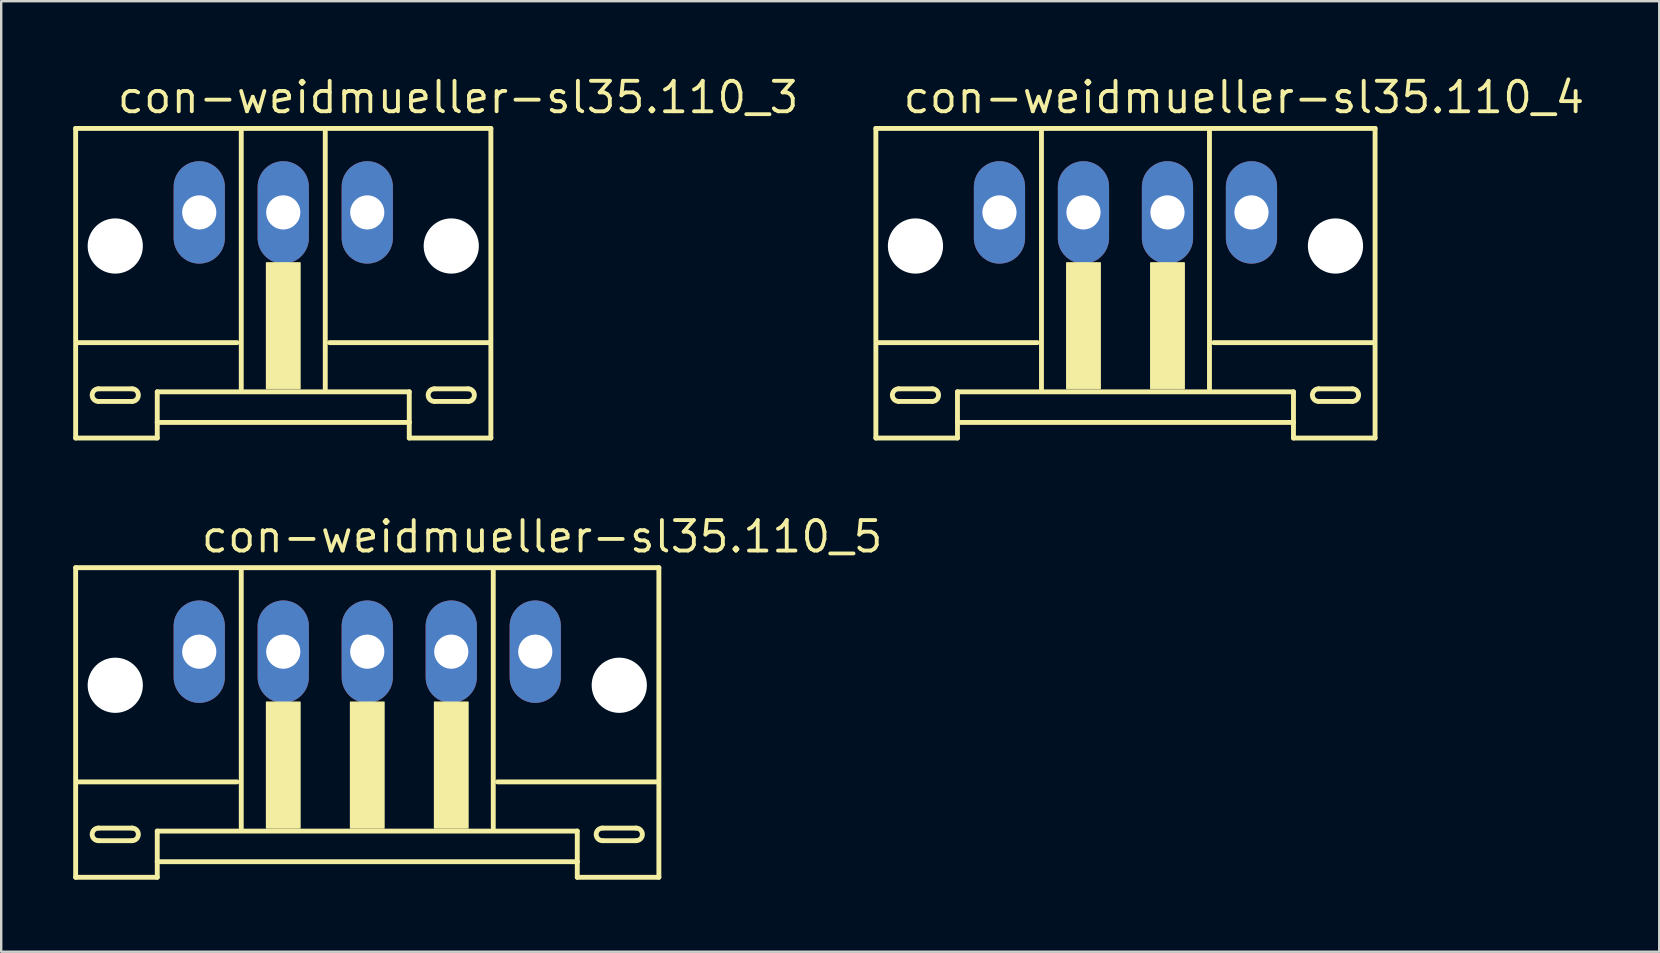
<source format=kicad_pcb>
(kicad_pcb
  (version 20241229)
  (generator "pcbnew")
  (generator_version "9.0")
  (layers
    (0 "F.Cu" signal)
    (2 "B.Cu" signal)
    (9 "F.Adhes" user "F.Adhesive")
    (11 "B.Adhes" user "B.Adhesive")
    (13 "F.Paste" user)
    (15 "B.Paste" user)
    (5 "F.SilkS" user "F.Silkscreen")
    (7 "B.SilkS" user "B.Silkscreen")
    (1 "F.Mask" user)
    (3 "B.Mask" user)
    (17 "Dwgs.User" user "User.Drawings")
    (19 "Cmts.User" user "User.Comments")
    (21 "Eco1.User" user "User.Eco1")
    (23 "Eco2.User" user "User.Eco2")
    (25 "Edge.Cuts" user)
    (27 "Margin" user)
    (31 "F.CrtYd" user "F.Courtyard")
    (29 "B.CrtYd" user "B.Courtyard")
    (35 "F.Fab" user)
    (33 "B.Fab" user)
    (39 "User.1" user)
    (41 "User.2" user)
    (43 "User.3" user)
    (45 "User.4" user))
  (footprint "con-weidmueller-sl35.110_5"
    (layer "F.Cu")
    (at 12.252 25.852)
    (property "Reference" "con-weidmueller-sl35.110_5" (at -7 -5.8 0) (layer "F.SilkS") (effects (font (size 1.27 1.27) (thickness 0.16)) (justify left bottom)))
    (attr through_hole)
    (fp_line (start -12.15 -5.25) (end -12.15 7.65) (stroke (width 0.203) (type default)) (layer "F.SilkS"))
    (fp_line (start -12.15 7.65) (end -8.75 7.65) (stroke (width 0.203) (type default)) (layer "F.SilkS"))
    (fp_line (start -11.2 5.6) (end -9.8 5.6) (stroke (width 0.203) (type default)) (layer "F.SilkS"))
    (fp_line (start -9.8 6.125) (end -11.2 6.125) (stroke (width 0.203) (type default)) (layer "F.SilkS"))
    (fp_line (start -8.75 5.725) (end 8.75 5.725) (stroke (width 0.203) (type default)) (layer "F.SilkS"))
    (fp_line (start -8.75 7) (end -8.75 5.725) (stroke (width 0.203) (type default)) (layer "F.SilkS"))
    (fp_line (start -8.75 7) (end 8.75 7) (stroke (width 0.203) (type default)) (layer "F.SilkS"))
    (fp_line (start -8.75 7.65) (end -8.75 7) (stroke (width 0.203) (type default)) (layer "F.SilkS"))
    (fp_line (start -5.425 3.675) (end -12.075 3.675) (stroke (width 0.203) (type default)) (layer "F.SilkS"))
    (fp_line (start -5.25 -5.125) (end -5.25 5.6) (stroke (width 0.203) (type default)) (layer "F.SilkS"))
    (fp_line (start 5.25 5.6) (end 5.25 -5.125) (stroke (width 0.203) (type default)) (layer "F.SilkS"))
    (fp_line (start 8.75 5.725) (end 8.75 7) (stroke (width 0.203) (type default)) (layer "F.SilkS"))
    (fp_line (start 8.75 7) (end 8.75 7.65) (stroke (width 0.203) (type default)) (layer "F.SilkS"))
    (fp_line (start 8.75 7.65) (end 12.15 7.65) (stroke (width 0.203) (type default)) (layer "F.SilkS"))
    (fp_line (start 9.8 5.6) (end 11.2 5.6) (stroke (width 0.203) (type default)) (layer "F.SilkS"))
    (fp_line (start 11.2 6.125) (end 9.8 6.125) (stroke (width 0.203) (type default)) (layer "F.SilkS"))
    (fp_line (start 12.075 3.675) (end 5.425 3.675) (stroke (width 0.203) (type default)) (layer "F.SilkS"))
    (fp_line (start 12.15 -5.25) (end -12.15 -5.25) (stroke (width 0.203) (type default)) (layer "F.SilkS"))
    (fp_line (start 12.15 7.65) (end 12.15 -5.25) (stroke (width 0.203) (type default)) (layer "F.SilkS"))
    (fp_rect (start -4.2 5.6) (end -2.8 0.35) (stroke (width 0.05) (type default)) (fill yes) (layer "F.SilkS"))
    (fp_rect (start -0.7 5.6) (end 0.7 0.35) (stroke (width 0.05) (type default)) (fill yes) (layer "F.SilkS"))
    (fp_rect (start 2.8 5.6) (end 4.2 0.35) (stroke (width 0.05) (type default)) (fill yes) (layer "F.SilkS"))
    (fp_arc (start -11.2 6.125) (mid -11.4625 5.8625) (end -11.2 5.6) (stroke (width 0.2032) (type default)) (layer "F.SilkS"))
    (fp_arc (start -9.8 5.6) (mid -9.5375 5.8625) (end -9.8 6.125) (stroke (width 0.2032) (type default)) (layer "F.SilkS"))
    (fp_arc (start 9.8 6.125) (mid 9.5375 5.8625) (end 9.8 5.6) (stroke (width 0.2032) (type default)) (layer "F.SilkS"))
    (fp_arc (start 11.2 5.6) (mid 11.4625 5.8625) (end 11.2 6.125) (stroke (width 0.2032) (type default)) (layer "F.SilkS"))
    (pad "" np_thru_hole circle (at -10.5 -0.35) (size 2.3 2.3) (drill 2.3) (layers "*.Cu" "*.Mask"))
    (pad "" np_thru_hole circle (at 10.5 -0.35) (size 2.3 2.3) (drill 2.3) (layers "*.Cu" "*.Mask"))
    (pad "1" thru_hole oval (at -7 -1.75 90) (size 4.267 2.134) (drill 1.422) (layers "*.Cu" "*.Mask"))
    (pad "2" thru_hole oval (at -3.5 -1.75 90) (size 4.267 2.134) (drill 1.422) (layers "*.Cu" "*.Mask"))
    (pad "3" thru_hole oval (at 0 -1.75 90) (size 4.267 2.134) (drill 1.422) (layers "*.Cu" "*.Mask"))
    (pad "4" thru_hole oval (at 3.5 -1.75 90) (size 4.267 2.134) (drill 1.422) (layers "*.Cu" "*.Mask"))
    (pad "5" thru_hole oval (at 7 -1.75 90) (size 4.267 2.134) (drill 1.422) (layers "*.Cu" "*.Mask")))
  (footprint "con-weidmueller-sl35.110_3"
    (layer "F.Cu")
    (at 8.752 7.55)
    (property "Reference" "con-weidmueller-sl35.110_3" (at -7 -5.8 0) (layer "F.SilkS") (effects (font (size 1.27 1.27) (thickness 0.16)) (justify left bottom)))
    (attr through_hole)
    (fp_line (start -8.65 -5.25) (end -8.65 7.65) (stroke (width 0.203) (type default)) (layer "F.SilkS"))
    (fp_line (start -8.65 7.65) (end -5.25 7.65) (stroke (width 0.203) (type default)) (layer "F.SilkS"))
    (fp_line (start -7.7 5.6) (end -6.3 5.6) (stroke (width 0.203) (type default)) (layer "F.SilkS"))
    (fp_line (start -6.3 6.125) (end -7.7 6.125) (stroke (width 0.203) (type default)) (layer "F.SilkS"))
    (fp_line (start -5.25 5.725) (end 5.25 5.725) (stroke (width 0.203) (type default)) (layer "F.SilkS"))
    (fp_line (start -5.25 7) (end -5.25 5.725) (stroke (width 0.203) (type default)) (layer "F.SilkS"))
    (fp_line (start -5.25 7) (end 5.25 7) (stroke (width 0.203) (type default)) (layer "F.SilkS"))
    (fp_line (start -5.25 7.65) (end -5.25 7) (stroke (width 0.203) (type default)) (layer "F.SilkS"))
    (fp_line (start -1.925 3.675) (end -8.575 3.675) (stroke (width 0.203) (type default)) (layer "F.SilkS"))
    (fp_line (start -1.75 -5.125) (end -1.75 5.6) (stroke (width 0.203) (type default)) (layer "F.SilkS"))
    (fp_line (start 1.75 5.6) (end 1.75 -5.125) (stroke (width 0.203) (type default)) (layer "F.SilkS"))
    (fp_line (start 5.25 5.725) (end 5.25 7) (stroke (width 0.203) (type default)) (layer "F.SilkS"))
    (fp_line (start 5.25 7) (end 5.25 7.65) (stroke (width 0.203) (type default)) (layer "F.SilkS"))
    (fp_line (start 5.25 7.65) (end 8.65 7.65) (stroke (width 0.203) (type default)) (layer "F.SilkS"))
    (fp_line (start 6.3 5.6) (end 7.7 5.6) (stroke (width 0.203) (type default)) (layer "F.SilkS"))
    (fp_line (start 7.7 6.125) (end 6.3 6.125) (stroke (width 0.203) (type default)) (layer "F.SilkS"))
    (fp_line (start 8.575 3.675) (end 1.925 3.675) (stroke (width 0.203) (type default)) (layer "F.SilkS"))
    (fp_line (start 8.65 -5.25) (end -8.65 -5.25) (stroke (width 0.203) (type default)) (layer "F.SilkS"))
    (fp_line (start 8.65 7.65) (end 8.65 -5.25) (stroke (width 0.203) (type default)) (layer "F.SilkS"))
    (fp_rect (start -0.7 5.6) (end 0.7 0.35) (stroke (width 0.05) (type default)) (fill yes) (layer "F.SilkS"))
    (fp_arc (start -7.7 6.125) (mid -7.9625 5.8625) (end -7.7 5.6) (stroke (width 0.2032) (type default)) (layer "F.SilkS"))
    (fp_arc (start -6.3 5.6) (mid -6.0375 5.8625) (end -6.3 6.125) (stroke (width 0.2032) (type default)) (layer "F.SilkS"))
    (fp_arc (start 6.3 6.125) (mid 6.0375 5.8625) (end 6.3 5.6) (stroke (width 0.2032) (type default)) (layer "F.SilkS"))
    (fp_arc (start 7.7 5.6) (mid 7.9625 5.8625) (end 7.7 6.125) (stroke (width 0.2032) (type default)) (layer "F.SilkS"))
    (pad "" np_thru_hole circle (at -7 -0.35) (size 2.3 2.3) (drill 2.3) (layers "*.Cu" "*.Mask"))
    (pad "" np_thru_hole circle (at 7 -0.35) (size 2.3 2.3) (drill 2.3) (layers "*.Cu" "*.Mask"))
    (pad "1" thru_hole oval (at -3.5 -1.75 90) (size 4.267 2.134) (drill 1.422) (layers "*.Cu" "*.Mask"))
    (pad "2" thru_hole oval (at 0 -1.75 90) (size 4.267 2.134) (drill 1.422) (layers "*.Cu" "*.Mask"))
    (pad "3" thru_hole oval (at 3.5 -1.75 90) (size 4.267 2.134) (drill 1.422) (layers "*.Cu" "*.Mask")))
  (footprint "con-weidmueller-sl35.110_4"
    (layer "F.Cu")
    (at 43.843 7.55)
    (property "Reference" "con-weidmueller-sl35.110_4" (at -9.35 -5.8 0) (layer "F.SilkS") (effects (font (size 1.27 1.27) (thickness 0.16)) (justify left bottom)))
    (attr through_hole)
    (fp_line (start -10.4 -5.25) (end -10.4 7.65) (stroke (width 0.203) (type default)) (layer "F.SilkS"))
    (fp_line (start -10.4 7.65) (end -7 7.65) (stroke (width 0.203) (type default)) (layer "F.SilkS"))
    (fp_line (start -9.45 5.6) (end -8.05 5.6) (stroke (width 0.203) (type default)) (layer "F.SilkS"))
    (fp_line (start -8.05 6.125) (end -9.45 6.125) (stroke (width 0.203) (type default)) (layer "F.SilkS"))
    (fp_line (start -7 5.725) (end 7 5.725) (stroke (width 0.203) (type default)) (layer "F.SilkS"))
    (fp_line (start -7 7) (end -7 5.725) (stroke (width 0.203) (type default)) (layer "F.SilkS"))
    (fp_line (start -7 7) (end 7 7) (stroke (width 0.203) (type default)) (layer "F.SilkS"))
    (fp_line (start -7 7.65) (end -7 7) (stroke (width 0.203) (type default)) (layer "F.SilkS"))
    (fp_line (start -3.675 3.675) (end -10.325 3.675) (stroke (width 0.203) (type default)) (layer "F.SilkS"))
    (fp_line (start -3.5 -5.125) (end -3.5 5.6) (stroke (width 0.203) (type default)) (layer "F.SilkS"))
    (fp_line (start 3.5 5.6) (end 3.5 -5.125) (stroke (width 0.203) (type default)) (layer "F.SilkS"))
    (fp_line (start 7 5.725) (end 7 7) (stroke (width 0.203) (type default)) (layer "F.SilkS"))
    (fp_line (start 7 7) (end 7 7.65) (stroke (width 0.203) (type default)) (layer "F.SilkS"))
    (fp_line (start 7 7.65) (end 10.4 7.65) (stroke (width 0.203) (type default)) (layer "F.SilkS"))
    (fp_line (start 8.05 5.6) (end 9.45 5.6) (stroke (width 0.203) (type default)) (layer "F.SilkS"))
    (fp_line (start 9.45 6.125) (end 8.05 6.125) (stroke (width 0.203) (type default)) (layer "F.SilkS"))
    (fp_line (start 10.325 3.675) (end 3.675 3.675) (stroke (width 0.203) (type default)) (layer "F.SilkS"))
    (fp_line (start 10.4 -5.25) (end -10.4 -5.25) (stroke (width 0.203) (type default)) (layer "F.SilkS"))
    (fp_line (start 10.4 7.65) (end 10.4 -5.25) (stroke (width 0.203) (type default)) (layer "F.SilkS"))
    (fp_rect (start -2.45 5.6) (end -1.05 0.35) (stroke (width 0.05) (type default)) (fill yes) (layer "F.SilkS"))
    (fp_rect (start 1.05 5.6) (end 2.45 0.35) (stroke (width 0.05) (type default)) (fill yes) (layer "F.SilkS"))
    (fp_arc (start -9.45 6.125) (mid -9.7125 5.8625) (end -9.45 5.6) (stroke (width 0.2032) (type default)) (layer "F.SilkS"))
    (fp_arc (start -8.05 5.6) (mid -7.7875 5.8625) (end -8.05 6.125) (stroke (width 0.2032) (type default)) (layer "F.SilkS"))
    (fp_arc (start 8.05 6.125) (mid 7.7875 5.8625) (end 8.05 5.6) (stroke (width 0.2032) (type default)) (layer "F.SilkS"))
    (fp_arc (start 9.45 5.6) (mid 9.7125 5.8625) (end 9.45 6.125) (stroke (width 0.2032) (type default)) (layer "F.SilkS"))
    (pad "" np_thru_hole circle (at -8.75 -0.35) (size 2.3 2.3) (drill 2.3) (layers "*.Cu" "*.Mask"))
    (pad "" np_thru_hole circle (at 8.75 -0.35) (size 2.3 2.3) (drill 2.3) (layers "*.Cu" "*.Mask"))
    (pad "1" thru_hole oval (at -5.25 -1.75 90) (size 4.267 2.134) (drill 1.422) (layers "*.Cu" "*.Mask"))
    (pad "2" thru_hole oval (at -1.75 -1.75 90) (size 4.267 2.134) (drill 1.422) (layers "*.Cu" "*.Mask"))
    (pad "3" thru_hole oval (at 1.75 -1.75 90) (size 4.267 2.134) (drill 1.422) (layers "*.Cu" "*.Mask"))
    (pad "4" thru_hole oval (at 5.25 -1.75 90) (size 4.267 2.134) (drill 1.422) (layers "*.Cu" "*.Mask")))
  (gr_rect
    (start -3 -3)
    (end 66.082 36.603)
    (stroke (width 0.1) (type default))
    (fill no)
    (layer "Edge.Cuts")))
</source>
